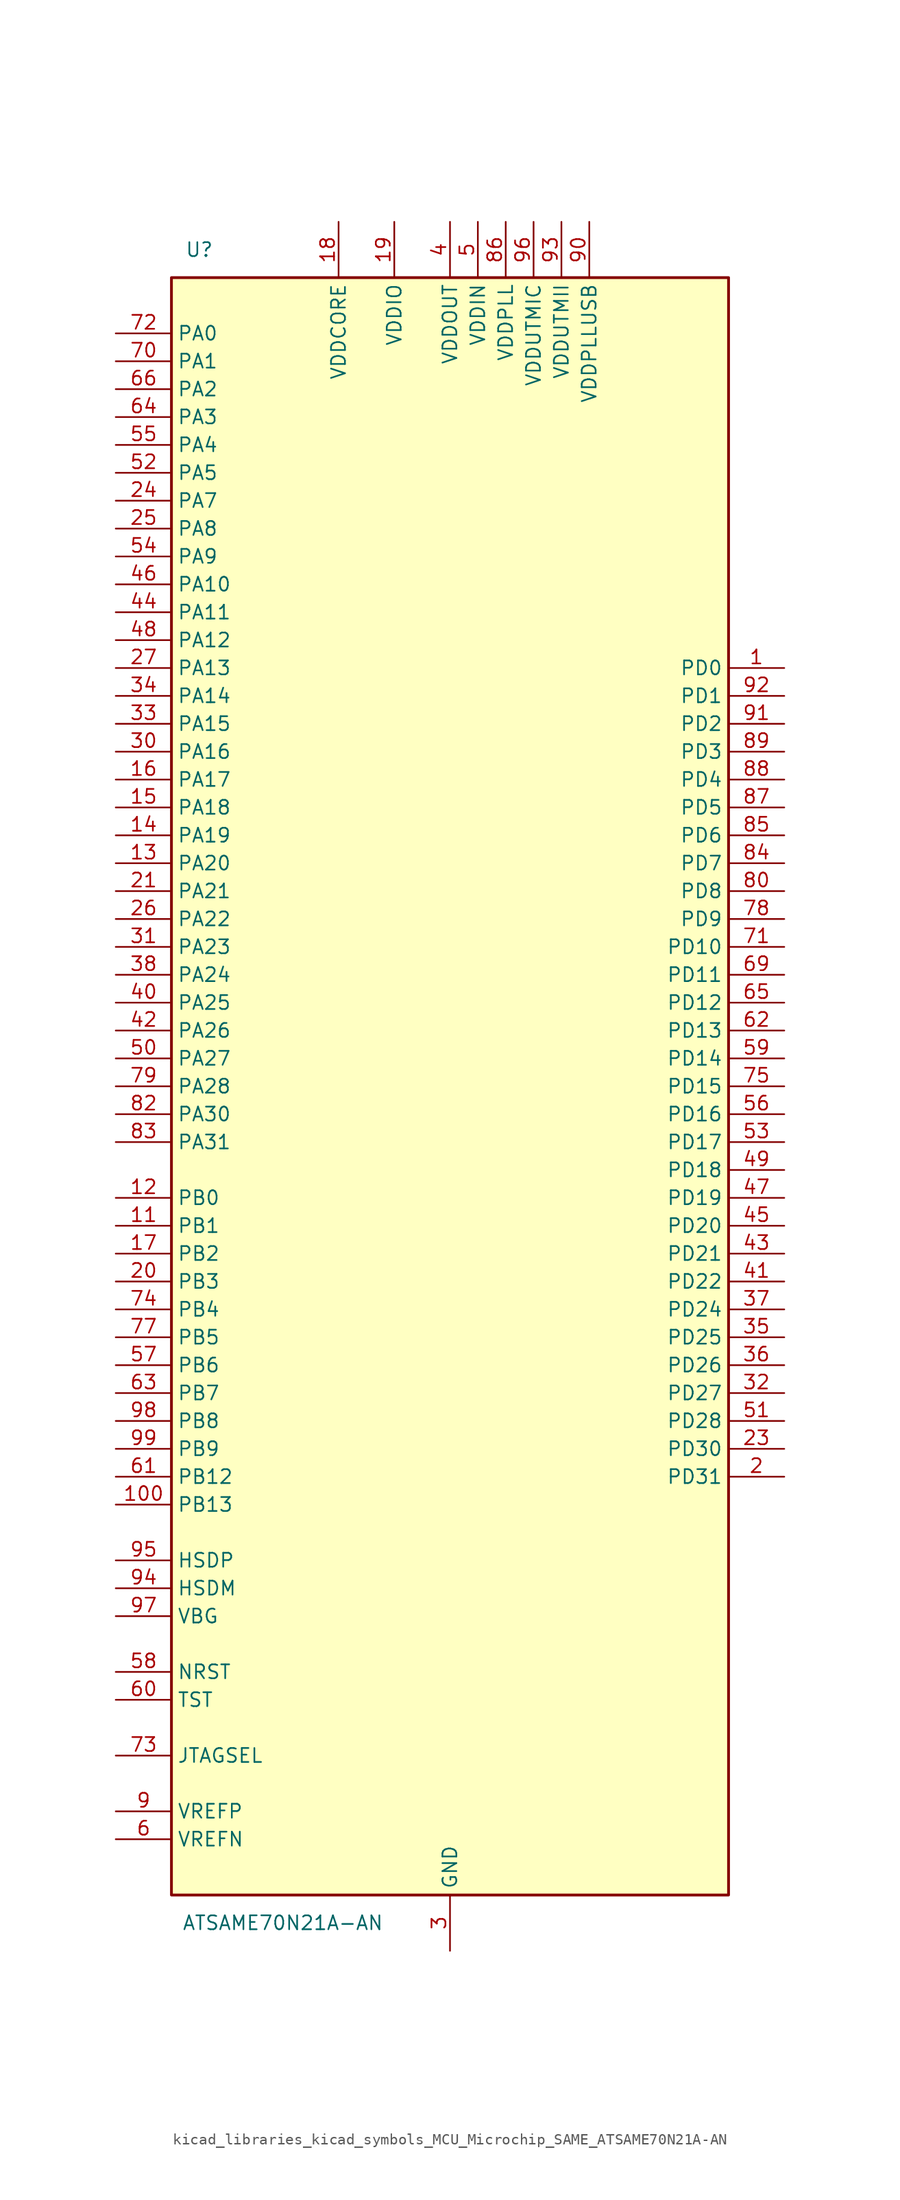
<source format=kicad_sym>
(kicad_symbol_lib
  (version 20220914)
  (generator kicad_symbol_editor)
  (symbol "kicad_libraries_kicad_symbols_MCU_Microchip_SAME_ATSAME70N21A-AN"
    (property "Reference" "U"
      (at -22.86 76.2 0)
      (effects (font (size 1.27 1.27))))
    (property "Value" "ATSAME70N21A-AN"
      (at -15.24 -76.2 0)
      (effects (font (size 1.27 1.27))))
    (symbol "kicad_libraries_kicad_symbols_MCU_Microchip_SAME_ATSAME70N21A-AN_0_1"
      (rectangle (start 25.4 73.66) (end -25.4 -73.66) (stroke (width 0.254) (type default)) (fill (type background))))
    (symbol "kicad_libraries_kicad_symbols_MCU_Microchip_SAME_ATSAME70N21A-AN_1_1"
      (pin bidirectional line (at 30.48 38.1 180) (length 5.08) (name "PD0" (effects (font (size 1.27 1.27)))) (number "1" (effects (font (size 1.27 1.27)))))
      (pin passive line (at 0 -78.74 90) (length 5.08) hide (name "GND" (effects (font (size 1.27 1.27)))) (number "10" (effects (font (size 1.27 1.27)))))
      (pin bidirectional line (at -30.48 -38.1 0) (length 5.08) (name "PB13" (effects (font (size 1.27 1.27)))) (number "100" (effects (font (size 1.27 1.27)))))
      (pin bidirectional line (at -30.48 -12.7 0) (length 5.08) (name "PB1" (effects (font (size 1.27 1.27)))) (number "11" (effects (font (size 1.27 1.27)))))
      (pin bidirectional line (at -30.48 -10.16 0) (length 5.08) (name "PB0" (effects (font (size 1.27 1.27)))) (number "12" (effects (font (size 1.27 1.27)))))
      (pin bidirectional line (at -30.48 20.32 0) (length 5.08) (name "PA20" (effects (font (size 1.27 1.27)))) (number "13" (effects (font (size 1.27 1.27)))))
      (pin bidirectional line (at -30.48 22.86 0) (length 5.08) (name "PA19" (effects (font (size 1.27 1.27)))) (number "14" (effects (font (size 1.27 1.27)))))
      (pin bidirectional line (at -30.48 25.4 0) (length 5.08) (name "PA18" (effects (font (size 1.27 1.27)))) (number "15" (effects (font (size 1.27 1.27)))))
      (pin bidirectional line (at -30.48 27.94 0) (length 5.08) (name "PA17" (effects (font (size 1.27 1.27)))) (number "16" (effects (font (size 1.27 1.27)))))
      (pin bidirectional line (at -30.48 -15.24 0) (length 5.08) (name "PB2" (effects (font (size 1.27 1.27)))) (number "17" (effects (font (size 1.27 1.27)))))
      (pin power_in line (at -10.16 78.74 270) (length 5.08) (name "VDDCORE" (effects (font (size 1.27 1.27)))) (number "18" (effects (font (size 1.27 1.27)))))
      (pin power_in line (at -5.08 78.74 270) (length 5.08) (name "VDDIO" (effects (font (size 1.27 1.27)))) (number "19" (effects (font (size 1.27 1.27)))))
      (pin bidirectional line (at 30.48 -35.56 180) (length 5.08) (name "PD31" (effects (font (size 1.27 1.27)))) (number "2" (effects (font (size 1.27 1.27)))))
      (pin bidirectional line (at -30.48 -17.78 0) (length 5.08) (name "PB3" (effects (font (size 1.27 1.27)))) (number "20" (effects (font (size 1.27 1.27)))))
      (pin bidirectional line (at -30.48 17.78 0) (length 5.08) (name "PA21" (effects (font (size 1.27 1.27)))) (number "21" (effects (font (size 1.27 1.27)))))
      (pin passive line (at -10.16 78.74 270) (length 5.08) hide (name "VDDCORE" (effects (font (size 1.27 1.27)))) (number "22" (effects (font (size 1.27 1.27)))))
      (pin bidirectional line (at 30.48 -33.02 180) (length 5.08) (name "PD30" (effects (font (size 1.27 1.27)))) (number "23" (effects (font (size 1.27 1.27)))))
      (pin bidirectional line (at -30.48 53.34 0) (length 5.08) (name "PA7" (effects (font (size 1.27 1.27)))) (number "24" (effects (font (size 1.27 1.27)))))
      (pin bidirectional line (at -30.48 50.8 0) (length 5.08) (name "PA8" (effects (font (size 1.27 1.27)))) (number "25" (effects (font (size 1.27 1.27)))))
      (pin bidirectional line (at -30.48 15.24 0) (length 5.08) (name "PA22" (effects (font (size 1.27 1.27)))) (number "26" (effects (font (size 1.27 1.27)))))
      (pin bidirectional line (at -30.48 38.1 0) (length 5.08) (name "PA13" (effects (font (size 1.27 1.27)))) (number "27" (effects (font (size 1.27 1.27)))))
      (pin passive line (at -5.08 78.74 270) (length 5.08) hide (name "VDDIO" (effects (font (size 1.27 1.27)))) (number "28" (effects (font (size 1.27 1.27)))))
      (pin passive line (at 0 -78.74 90) (length 5.08) hide (name "GND" (effects (font (size 1.27 1.27)))) (number "29" (effects (font (size 1.27 1.27)))))
      (pin power_in line (at 0 -78.74 90) (length 5.08) (name "GND" (effects (font (size 1.27 1.27)))) (number "3" (effects (font (size 1.27 1.27)))))
      (pin bidirectional line (at -30.48 30.48 0) (length 5.08) (name "PA16" (effects (font (size 1.27 1.27)))) (number "30" (effects (font (size 1.27 1.27)))))
      (pin bidirectional line (at -30.48 12.7 0) (length 5.08) (name "PA23" (effects (font (size 1.27 1.27)))) (number "31" (effects (font (size 1.27 1.27)))))
      (pin bidirectional line (at 30.48 -27.94 180) (length 5.08) (name "PD27" (effects (font (size 1.27 1.27)))) (number "32" (effects (font (size 1.27 1.27)))))
      (pin bidirectional line (at -30.48 33.02 0) (length 5.08) (name "PA15" (effects (font (size 1.27 1.27)))) (number "33" (effects (font (size 1.27 1.27)))))
      (pin bidirectional line (at -30.48 35.56 0) (length 5.08) (name "PA14" (effects (font (size 1.27 1.27)))) (number "34" (effects (font (size 1.27 1.27)))))
      (pin bidirectional line (at 30.48 -22.86 180) (length 5.08) (name "PD25" (effects (font (size 1.27 1.27)))) (number "35" (effects (font (size 1.27 1.27)))))
      (pin bidirectional line (at 30.48 -25.4 180) (length 5.08) (name "PD26" (effects (font (size 1.27 1.27)))) (number "36" (effects (font (size 1.27 1.27)))))
      (pin bidirectional line (at 30.48 -20.32 180) (length 5.08) (name "PD24" (effects (font (size 1.27 1.27)))) (number "37" (effects (font (size 1.27 1.27)))))
      (pin bidirectional line (at -30.48 10.16 0) (length 5.08) (name "PA24" (effects (font (size 1.27 1.27)))) (number "38" (effects (font (size 1.27 1.27)))))
      (pin passive line (at -10.16 78.74 270) (length 5.08) hide (name "VDDCORE" (effects (font (size 1.27 1.27)))) (number "39" (effects (font (size 1.27 1.27)))))
      (pin power_in line (at 0 78.74 270) (length 5.08) (name "VDDOUT" (effects (font (size 1.27 1.27)))) (number "4" (effects (font (size 1.27 1.27)))))
      (pin bidirectional line (at -30.48 7.62 0) (length 5.08) (name "PA25" (effects (font (size 1.27 1.27)))) (number "40" (effects (font (size 1.27 1.27)))))
      (pin bidirectional line (at 30.48 -17.78 180) (length 5.08) (name "PD22" (effects (font (size 1.27 1.27)))) (number "41" (effects (font (size 1.27 1.27)))))
      (pin bidirectional line (at -30.48 5.08 0) (length 5.08) (name "PA26" (effects (font (size 1.27 1.27)))) (number "42" (effects (font (size 1.27 1.27)))))
      (pin bidirectional line (at 30.48 -15.24 180) (length 5.08) (name "PD21" (effects (font (size 1.27 1.27)))) (number "43" (effects (font (size 1.27 1.27)))))
      (pin bidirectional line (at -30.48 43.18 0) (length 5.08) (name "PA11" (effects (font (size 1.27 1.27)))) (number "44" (effects (font (size 1.27 1.27)))))
      (pin bidirectional line (at 30.48 -12.7 180) (length 5.08) (name "PD20" (effects (font (size 1.27 1.27)))) (number "45" (effects (font (size 1.27 1.27)))))
      (pin bidirectional line (at -30.48 45.72 0) (length 5.08) (name "PA10" (effects (font (size 1.27 1.27)))) (number "46" (effects (font (size 1.27 1.27)))))
      (pin bidirectional line (at 30.48 -10.16 180) (length 5.08) (name "PD19" (effects (font (size 1.27 1.27)))) (number "47" (effects (font (size 1.27 1.27)))))
      (pin bidirectional line (at -30.48 40.64 0) (length 5.08) (name "PA12" (effects (font (size 1.27 1.27)))) (number "48" (effects (font (size 1.27 1.27)))))
      (pin bidirectional line (at 30.48 -7.62 180) (length 5.08) (name "PD18" (effects (font (size 1.27 1.27)))) (number "49" (effects (font (size 1.27 1.27)))))
      (pin power_in line (at 2.54 78.74 270) (length 5.08) (name "VDDIN" (effects (font (size 1.27 1.27)))) (number "5" (effects (font (size 1.27 1.27)))))
      (pin bidirectional line (at -30.48 2.54 0) (length 5.08) (name "PA27" (effects (font (size 1.27 1.27)))) (number "50" (effects (font (size 1.27 1.27)))))
      (pin bidirectional line (at 30.48 -30.48 180) (length 5.08) (name "PD28" (effects (font (size 1.27 1.27)))) (number "51" (effects (font (size 1.27 1.27)))))
      (pin bidirectional line (at -30.48 55.88 0) (length 5.08) (name "PA5" (effects (font (size 1.27 1.27)))) (number "52" (effects (font (size 1.27 1.27)))))
      (pin bidirectional line (at 30.48 -5.08 180) (length 5.08) (name "PD17" (effects (font (size 1.27 1.27)))) (number "53" (effects (font (size 1.27 1.27)))))
      (pin bidirectional line (at -30.48 48.26 0) (length 5.08) (name "PA9" (effects (font (size 1.27 1.27)))) (number "54" (effects (font (size 1.27 1.27)))))
      (pin bidirectional line (at -30.48 58.42 0) (length 5.08) (name "PA4" (effects (font (size 1.27 1.27)))) (number "55" (effects (font (size 1.27 1.27)))))
      (pin bidirectional line (at 30.48 -2.54 180) (length 5.08) (name "PD16" (effects (font (size 1.27 1.27)))) (number "56" (effects (font (size 1.27 1.27)))))
      (pin bidirectional line (at -30.48 -25.4 0) (length 5.08) (name "PB6" (effects (font (size 1.27 1.27)))) (number "57" (effects (font (size 1.27 1.27)))))
      (pin bidirectional line (at -30.48 -53.34 0) (length 5.08) (name "NRST" (effects (font (size 1.27 1.27)))) (number "58" (effects (font (size 1.27 1.27)))))
      (pin bidirectional line (at 30.48 2.54 180) (length 5.08) (name "PD14" (effects (font (size 1.27 1.27)))) (number "59" (effects (font (size 1.27 1.27)))))
      (pin input line (at -30.48 -68.58 0) (length 5.08) (name "VREFN" (effects (font (size 1.27 1.27)))) (number "6" (effects (font (size 1.27 1.27)))))
      (pin input line (at -30.48 -55.88 0) (length 5.08) (name "TST" (effects (font (size 1.27 1.27)))) (number "60" (effects (font (size 1.27 1.27)))))
      (pin bidirectional line (at -30.48 -35.56 0) (length 5.08) (name "PB12" (effects (font (size 1.27 1.27)))) (number "61" (effects (font (size 1.27 1.27)))))
      (pin bidirectional line (at 30.48 5.08 180) (length 5.08) (name "PD13" (effects (font (size 1.27 1.27)))) (number "62" (effects (font (size 1.27 1.27)))))
      (pin bidirectional line (at -30.48 -27.94 0) (length 5.08) (name "PB7" (effects (font (size 1.27 1.27)))) (number "63" (effects (font (size 1.27 1.27)))))
      (pin bidirectional line (at -30.48 60.96 0) (length 5.08) (name "PA3" (effects (font (size 1.27 1.27)))) (number "64" (effects (font (size 1.27 1.27)))))
      (pin bidirectional line (at 30.48 7.62 180) (length 5.08) (name "PD12" (effects (font (size 1.27 1.27)))) (number "65" (effects (font (size 1.27 1.27)))))
      (pin bidirectional line (at -30.48 63.5 0) (length 5.08) (name "PA2" (effects (font (size 1.27 1.27)))) (number "66" (effects (font (size 1.27 1.27)))))
      (pin passive line (at 0 -78.74 90) (length 5.08) hide (name "GND" (effects (font (size 1.27 1.27)))) (number "67" (effects (font (size 1.27 1.27)))))
      (pin passive line (at -5.08 78.74 270) (length 5.08) hide (name "VDDIO" (effects (font (size 1.27 1.27)))) (number "68" (effects (font (size 1.27 1.27)))))
      (pin bidirectional line (at 30.48 10.16 180) (length 5.08) (name "PD11" (effects (font (size 1.27 1.27)))) (number "69" (effects (font (size 1.27 1.27)))))
      (pin passive line (at 0 -78.74 90) (length 5.08) hide (name "GND" (effects (font (size 1.27 1.27)))) (number "7" (effects (font (size 1.27 1.27)))))
      (pin bidirectional line (at -30.48 66.04 0) (length 5.08) (name "PA1" (effects (font (size 1.27 1.27)))) (number "70" (effects (font (size 1.27 1.27)))))
      (pin bidirectional line (at 30.48 12.7 180) (length 5.08) (name "PD10" (effects (font (size 1.27 1.27)))) (number "71" (effects (font (size 1.27 1.27)))))
      (pin bidirectional line (at -30.48 68.58 0) (length 5.08) (name "PA0" (effects (font (size 1.27 1.27)))) (number "72" (effects (font (size 1.27 1.27)))))
      (pin input line (at -30.48 -60.96 0) (length 5.08) (name "JTAGSEL" (effects (font (size 1.27 1.27)))) (number "73" (effects (font (size 1.27 1.27)))))
      (pin bidirectional line (at -30.48 -20.32 0) (length 5.08) (name "PB4" (effects (font (size 1.27 1.27)))) (number "74" (effects (font (size 1.27 1.27)))))
      (pin bidirectional line (at 30.48 0 180) (length 5.08) (name "PD15" (effects (font (size 1.27 1.27)))) (number "75" (effects (font (size 1.27 1.27)))))
      (pin passive line (at -10.16 78.74 270) (length 5.08) hide (name "VDDCORE" (effects (font (size 1.27 1.27)))) (number "76" (effects (font (size 1.27 1.27)))))
      (pin bidirectional line (at -30.48 -22.86 0) (length 5.08) (name "PB5" (effects (font (size 1.27 1.27)))) (number "77" (effects (font (size 1.27 1.27)))))
      (pin bidirectional line (at 30.48 15.24 180) (length 5.08) (name "PD9" (effects (font (size 1.27 1.27)))) (number "78" (effects (font (size 1.27 1.27)))))
      (pin bidirectional line (at -30.48 0 0) (length 5.08) (name "PA28" (effects (font (size 1.27 1.27)))) (number "79" (effects (font (size 1.27 1.27)))))
      (pin passive line (at 0 -78.74 90) (length 5.08) hide (name "GND" (effects (font (size 1.27 1.27)))) (number "8" (effects (font (size 1.27 1.27)))))
      (pin bidirectional line (at 30.48 17.78 180) (length 5.08) (name "PD8" (effects (font (size 1.27 1.27)))) (number "80" (effects (font (size 1.27 1.27)))))
      (pin passive line (at -5.08 78.74 270) (length 5.08) hide (name "VDDIO" (effects (font (size 1.27 1.27)))) (number "81" (effects (font (size 1.27 1.27)))))
      (pin bidirectional line (at -30.48 -2.54 0) (length 5.08) (name "PA30" (effects (font (size 1.27 1.27)))) (number "82" (effects (font (size 1.27 1.27)))))
      (pin bidirectional line (at -30.48 -5.08 0) (length 5.08) (name "PA31" (effects (font (size 1.27 1.27)))) (number "83" (effects (font (size 1.27 1.27)))))
      (pin bidirectional line (at 30.48 20.32 180) (length 5.08) (name "PD7" (effects (font (size 1.27 1.27)))) (number "84" (effects (font (size 1.27 1.27)))))
      (pin bidirectional line (at 30.48 22.86 180) (length 5.08) (name "PD6" (effects (font (size 1.27 1.27)))) (number "85" (effects (font (size 1.27 1.27)))))
      (pin power_in line (at 5.08 78.74 270) (length 5.08) (name "VDDPLL" (effects (font (size 1.27 1.27)))) (number "86" (effects (font (size 1.27 1.27)))))
      (pin bidirectional line (at 30.48 25.4 180) (length 5.08) (name "PD5" (effects (font (size 1.27 1.27)))) (number "87" (effects (font (size 1.27 1.27)))))
      (pin bidirectional line (at 30.48 27.94 180) (length 5.08) (name "PD4" (effects (font (size 1.27 1.27)))) (number "88" (effects (font (size 1.27 1.27)))))
      (pin bidirectional line (at 30.48 30.48 180) (length 5.08) (name "PD3" (effects (font (size 1.27 1.27)))) (number "89" (effects (font (size 1.27 1.27)))))
      (pin input line (at -30.48 -66.04 0) (length 5.08) (name "VREFP" (effects (font (size 1.27 1.27)))) (number "9" (effects (font (size 1.27 1.27)))))
      (pin power_in line (at 12.7 78.74 270) (length 5.08) (name "VDDPLLUSB" (effects (font (size 1.27 1.27)))) (number "90" (effects (font (size 1.27 1.27)))))
      (pin bidirectional line (at 30.48 33.02 180) (length 5.08) (name "PD2" (effects (font (size 1.27 1.27)))) (number "91" (effects (font (size 1.27 1.27)))))
      (pin bidirectional line (at 30.48 35.56 180) (length 5.08) (name "PD1" (effects (font (size 1.27 1.27)))) (number "92" (effects (font (size 1.27 1.27)))))
      (pin power_in line (at 10.16 78.74 270) (length 5.08) (name "VDDUTMII" (effects (font (size 1.27 1.27)))) (number "93" (effects (font (size 1.27 1.27)))))
      (pin bidirectional line (at -30.48 -45.72 0) (length 5.08) (name "HSDM" (effects (font (size 1.27 1.27)))) (number "94" (effects (font (size 1.27 1.27)))))
      (pin bidirectional line (at -30.48 -43.18 0) (length 5.08) (name "HSDP" (effects (font (size 1.27 1.27)))) (number "95" (effects (font (size 1.27 1.27)))))
      (pin power_in line (at 7.62 78.74 270) (length 5.08) (name "VDDUTMIC" (effects (font (size 1.27 1.27)))) (number "96" (effects (font (size 1.27 1.27)))))
      (pin input line (at -30.48 -48.26 0) (length 5.08) (name "VBG" (effects (font (size 1.27 1.27)))) (number "97" (effects (font (size 1.27 1.27)))))
      (pin bidirectional line (at -30.48 -30.48 0) (length 5.08) (name "PB8" (effects (font (size 1.27 1.27)))) (number "98" (effects (font (size 1.27 1.27)))))
      (pin bidirectional line (at -30.48 -33.02 0) (length 5.08) (name "PB9" (effects (font (size 1.27 1.27)))) (number "99" (effects (font (size 1.27 1.27))))))))
</source>
